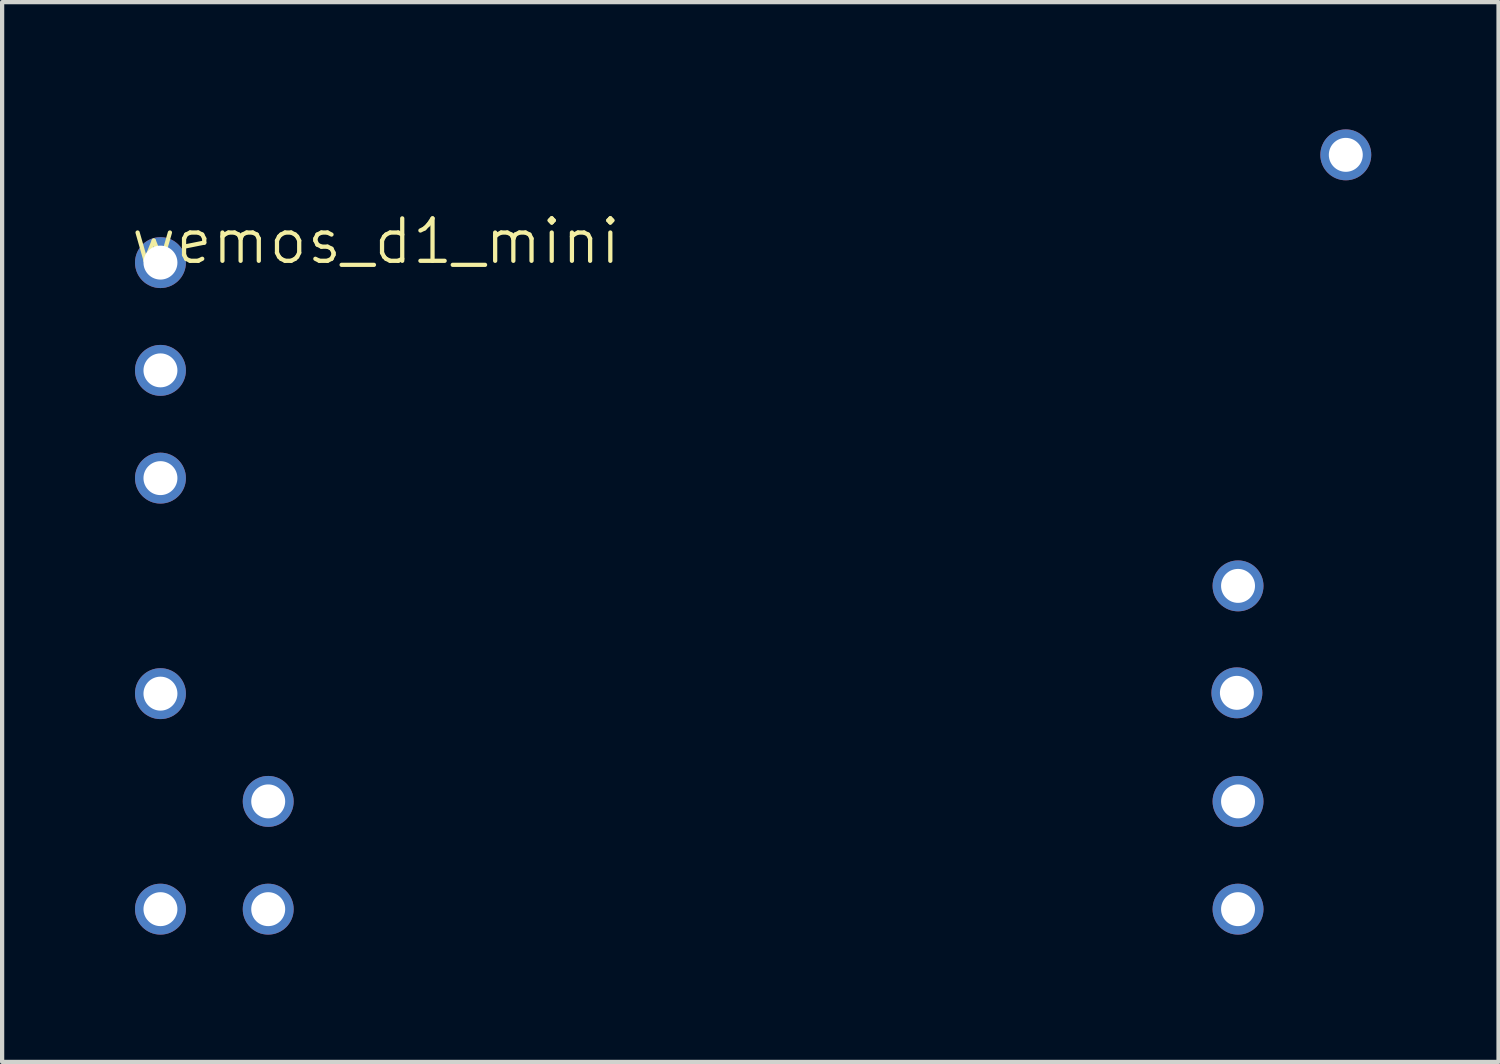
<source format=kicad_pcb>
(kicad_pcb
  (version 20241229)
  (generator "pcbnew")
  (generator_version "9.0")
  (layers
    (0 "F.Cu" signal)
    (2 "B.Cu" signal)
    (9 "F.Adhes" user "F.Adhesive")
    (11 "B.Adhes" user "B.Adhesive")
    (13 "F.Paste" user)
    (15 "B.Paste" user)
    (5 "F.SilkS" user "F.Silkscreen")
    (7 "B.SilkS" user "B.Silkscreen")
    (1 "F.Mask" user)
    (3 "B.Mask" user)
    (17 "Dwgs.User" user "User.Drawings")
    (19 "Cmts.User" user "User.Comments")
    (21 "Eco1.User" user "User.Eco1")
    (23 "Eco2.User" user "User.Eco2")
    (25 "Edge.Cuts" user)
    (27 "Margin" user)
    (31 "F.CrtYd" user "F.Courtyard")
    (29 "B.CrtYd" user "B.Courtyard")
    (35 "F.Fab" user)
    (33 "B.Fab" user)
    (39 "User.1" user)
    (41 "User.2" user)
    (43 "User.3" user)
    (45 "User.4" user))
  (footprint "wemos_d1_mini"
    (layer "F.Cu")
    (at 14.067 8.855)
    (property "Reference" "wemos_d1_mini" (at -8.255 -6.215 0) (unlocked yes) (layer "F.SilkS") (effects (font (size 1 1) (thickness 0.1))))
    (attr smd)
    (pad "1" thru_hole circle (at 12.065 6.985) (size 1.2 1.2) (drill 0.8) (layers "*.Cu" "*.Mask"))
    (pad "2" thru_hole circle (at 12.038 4.426) (size 1.2 1.2) (drill 0.8) (layers "*.Cu" "*.Mask"))
    (pad "3" thru_hole circle (at 12.065 1.905) (size 1.2 1.2) (drill 0.8) (layers "*.Cu" "*.Mask"))
    (pad "4" thru_hole circle (at -13.335 9.525) (size 1.2 1.2) (drill 0.8) (layers "*.Cu" "*.Mask"))
    (pad "5" thru_hole circle (at -13.335 4.445) (size 1.2 1.2) (drill 0.8) (layers "*.Cu" "*.Mask"))
    (pad "6" thru_hole circle (at -13.335 -3.175) (size 1.2 1.2) (drill 0.8) (layers "*.Cu" "*.Mask"))
    (pad "7" thru_hole circle (at -13.335 -5.715) (size 1.2 1.2) (drill 0.8) (layers "*.Cu" "*.Mask"))
    (pad "8" thru_hole circle (at -13.335 -0.635) (size 1.2 1.2) (drill 0.8) (layers "*.Cu" "*.Mask"))
    (pad "9" thru_hole circle (at 12.065 9.525) (size 1.2 1.2) (drill 0.8) (layers "*.Cu" "*.Mask"))
    (pad "10" thru_hole circle (at -10.795 9.525) (size 1.2 1.2) (drill 0.8) (layers "*.Cu" "*.Mask"))
    (pad "11" thru_hole circle (at 14.605 -8.255) (size 1.2 1.2) (drill 0.8) (layers "*.Cu" "*.Mask"))
    (pad "12" thru_hole circle (at -10.795 6.985) (size 1.2 1.2) (drill 0.8) (layers "*.Cu" "*.Mask")))
  (gr_rect
    (start -3 -3)
    (end 32.272 21.98)
    (stroke (width 0.1) (type default))
    (fill no)
    (layer "Edge.Cuts")))
</source>
